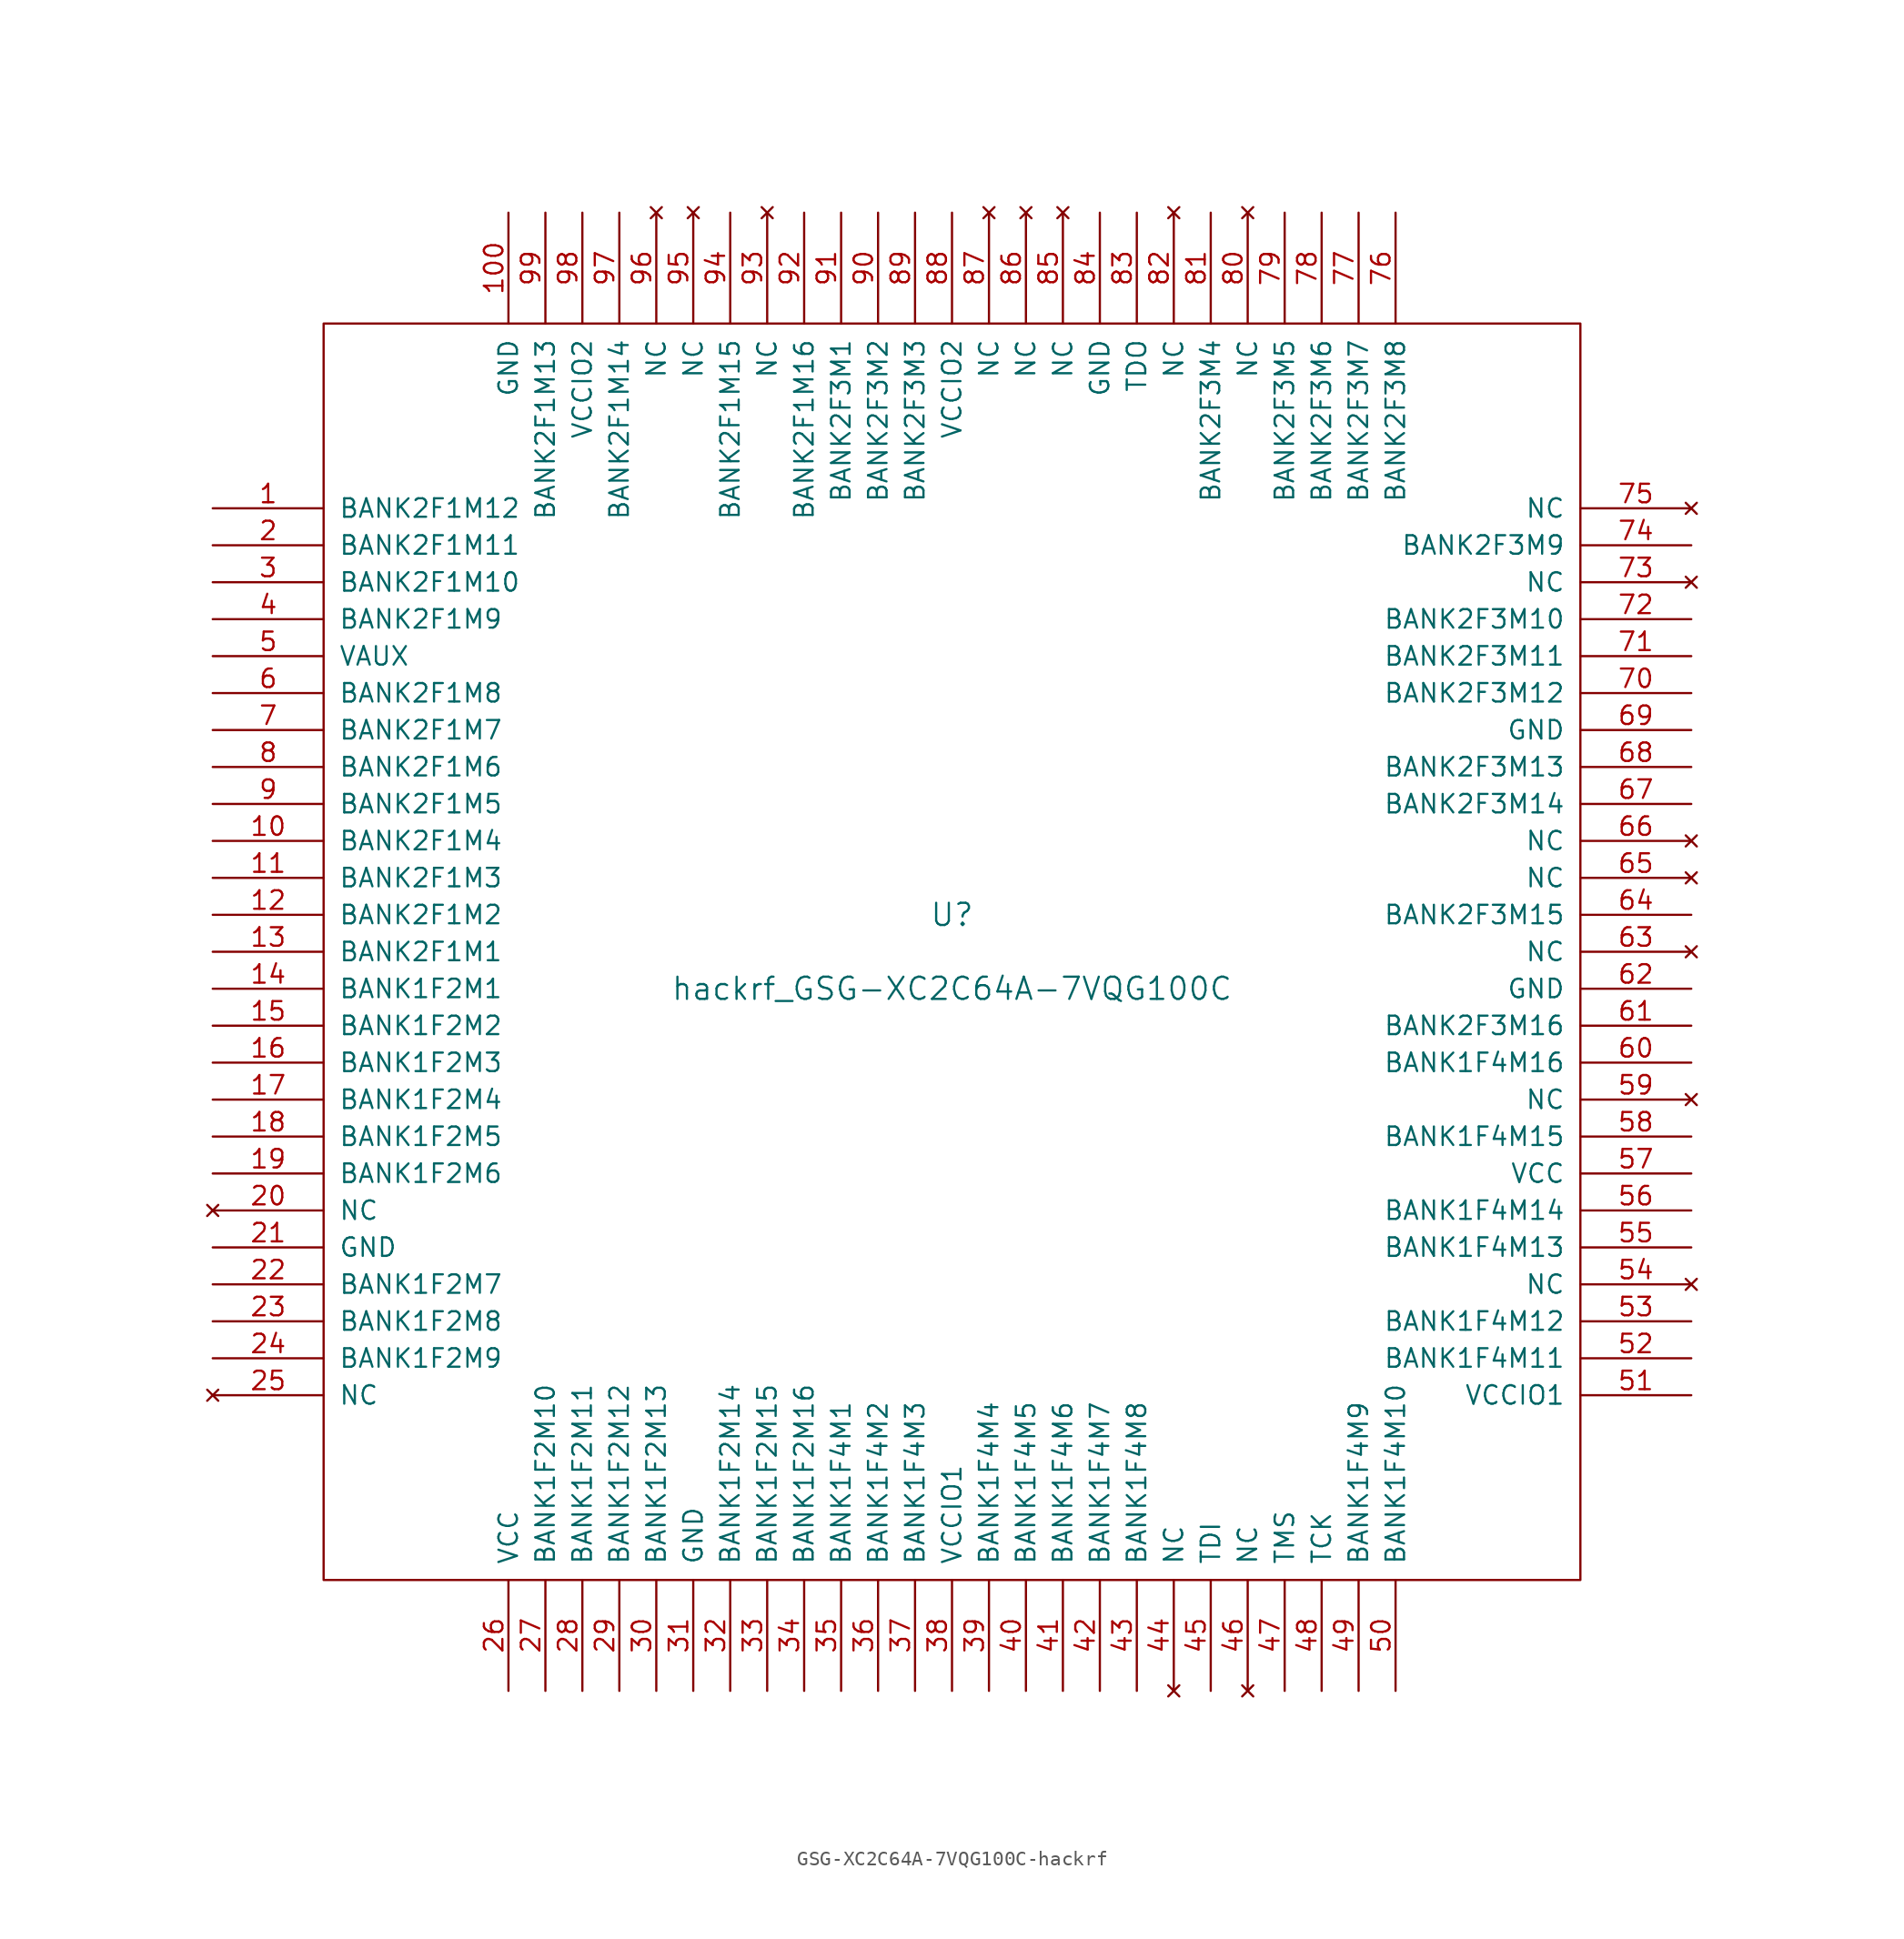
<source format=kicad_sym>
(kicad_symbol_lib
  (version 20231120)
  (generator "kicad_symbol_editor")
  (generator_version "8.0")
  (symbol "GSG-XC2C64A-7VQG100C-hackrf"
    (pin_names
      (offset 1.016))
    (property "Reference" "U"
      (at 0 2.54 0)
      (effects (font (size 1.524 1.524))))
    (property "Value" "hackrf_GSG-XC2C64A-7VQG100C"
      (at 0 -2.54 0)
      (effects (font (size 1.524 1.524))))
    (property "Footprint" ""
      (at 0 0 0)
      (effects (font (size 1.524 1.524))))
    (property "Datasheet" ""
      (at 0 0 0)
      (effects (font (size 1.524 1.524))))
    (symbol "GSG-XC2C64A-7VQG100C-hackrf_0_1"
      (rectangle (start -43.18 43.18) (end 43.18 -43.18) (stroke (width 0) (type solid)) (fill (type none))))
    (symbol "GSG-XC2C64A-7VQG100C-hackrf_1_1"
      (pin bidirectional line (at -50.8 30.48 0) (length 7.62) (name "BANK2F1M12" (effects (font (size 1.27 1.27)))) (number "1" (effects (font (size 1.27 1.27)))))
      (pin bidirectional line (at -50.8 7.62 0) (length 7.62) (name "BANK2F1M4" (effects (font (size 1.27 1.27)))) (number "10" (effects (font (size 1.27 1.27)))))
      (pin power_in line (at -30.48 50.8 270) (length 7.62) (name "GND" (effects (font (size 1.27 1.27)))) (number "100" (effects (font (size 1.27 1.27)))))
      (pin bidirectional line (at -50.8 5.08 0) (length 7.62) (name "BANK2F1M3" (effects (font (size 1.27 1.27)))) (number "11" (effects (font (size 1.27 1.27)))))
      (pin bidirectional line (at -50.8 2.54 0) (length 7.62) (name "BANK2F1M2" (effects (font (size 1.27 1.27)))) (number "12" (effects (font (size 1.27 1.27)))))
      (pin bidirectional line (at -50.8 0 0) (length 7.62) (name "BANK2F1M1" (effects (font (size 1.27 1.27)))) (number "13" (effects (font (size 1.27 1.27)))))
      (pin bidirectional line (at -50.8 -2.54 0) (length 7.62) (name "BANK1F2M1" (effects (font (size 1.27 1.27)))) (number "14" (effects (font (size 1.27 1.27)))))
      (pin bidirectional line (at -50.8 -5.08 0) (length 7.62) (name "BANK1F2M2" (effects (font (size 1.27 1.27)))) (number "15" (effects (font (size 1.27 1.27)))))
      (pin bidirectional line (at -50.8 -7.62 0) (length 7.62) (name "BANK1F2M3" (effects (font (size 1.27 1.27)))) (number "16" (effects (font (size 1.27 1.27)))))
      (pin bidirectional line (at -50.8 -10.16 0) (length 7.62) (name "BANK1F2M4" (effects (font (size 1.27 1.27)))) (number "17" (effects (font (size 1.27 1.27)))))
      (pin bidirectional line (at -50.8 -12.7 0) (length 7.62) (name "BANK1F2M5" (effects (font (size 1.27 1.27)))) (number "18" (effects (font (size 1.27 1.27)))))
      (pin bidirectional line (at -50.8 -15.24 0) (length 7.62) (name "BANK1F2M6" (effects (font (size 1.27 1.27)))) (number "19" (effects (font (size 1.27 1.27)))))
      (pin bidirectional line (at -50.8 27.94 0) (length 7.62) (name "BANK2F1M11" (effects (font (size 1.27 1.27)))) (number "2" (effects (font (size 1.27 1.27)))))
      (pin no_connect line (at -50.8 -17.78 0) (length 7.62) (name "NC" (effects (font (size 1.27 1.27)))) (number "20" (effects (font (size 1.27 1.27)))))
      (pin power_in line (at -50.8 -20.32 0) (length 7.62) (name "GND" (effects (font (size 1.27 1.27)))) (number "21" (effects (font (size 1.27 1.27)))))
      (pin bidirectional line (at -50.8 -22.86 0) (length 7.62) (name "BANK1F2M7" (effects (font (size 1.27 1.27)))) (number "22" (effects (font (size 1.27 1.27)))))
      (pin bidirectional line (at -50.8 -25.4 0) (length 7.62) (name "BANK1F2M8" (effects (font (size 1.27 1.27)))) (number "23" (effects (font (size 1.27 1.27)))))
      (pin bidirectional line (at -50.8 -27.94 0) (length 7.62) (name "BANK1F2M9" (effects (font (size 1.27 1.27)))) (number "24" (effects (font (size 1.27 1.27)))))
      (pin no_connect line (at -50.8 -30.48 0) (length 7.62) (name "NC" (effects (font (size 1.27 1.27)))) (number "25" (effects (font (size 1.27 1.27)))))
      (pin power_in line (at -30.48 -50.8 90) (length 7.62) (name "VCC" (effects (font (size 1.27 1.27)))) (number "26" (effects (font (size 1.27 1.27)))))
      (pin bidirectional line (at -27.94 -50.8 90) (length 7.62) (name "BANK1F2M10" (effects (font (size 1.27 1.27)))) (number "27" (effects (font (size 1.27 1.27)))))
      (pin bidirectional line (at -25.4 -50.8 90) (length 7.62) (name "BANK1F2M11" (effects (font (size 1.27 1.27)))) (number "28" (effects (font (size 1.27 1.27)))))
      (pin bidirectional line (at -22.86 -50.8 90) (length 7.62) (name "BANK1F2M12" (effects (font (size 1.27 1.27)))) (number "29" (effects (font (size 1.27 1.27)))))
      (pin bidirectional line (at -50.8 25.4 0) (length 7.62) (name "BANK2F1M10" (effects (font (size 1.27 1.27)))) (number "3" (effects (font (size 1.27 1.27)))))
      (pin bidirectional line (at -20.32 -50.8 90) (length 7.62) (name "BANK1F2M13" (effects (font (size 1.27 1.27)))) (number "30" (effects (font (size 1.27 1.27)))))
      (pin power_in line (at -17.78 -50.8 90) (length 7.62) (name "GND" (effects (font (size 1.27 1.27)))) (number "31" (effects (font (size 1.27 1.27)))))
      (pin bidirectional line (at -15.24 -50.8 90) (length 7.62) (name "BANK1F2M14" (effects (font (size 1.27 1.27)))) (number "32" (effects (font (size 1.27 1.27)))))
      (pin bidirectional line (at -12.7 -50.8 90) (length 7.62) (name "BANK1F2M15" (effects (font (size 1.27 1.27)))) (number "33" (effects (font (size 1.27 1.27)))))
      (pin bidirectional line (at -10.16 -50.8 90) (length 7.62) (name "BANK1F2M16" (effects (font (size 1.27 1.27)))) (number "34" (effects (font (size 1.27 1.27)))))
      (pin bidirectional line (at -7.62 -50.8 90) (length 7.62) (name "BANK1F4M1" (effects (font (size 1.27 1.27)))) (number "35" (effects (font (size 1.27 1.27)))))
      (pin bidirectional line (at -5.08 -50.8 90) (length 7.62) (name "BANK1F4M2" (effects (font (size 1.27 1.27)))) (number "36" (effects (font (size 1.27 1.27)))))
      (pin bidirectional line (at -2.54 -50.8 90) (length 7.62) (name "BANK1F4M3" (effects (font (size 1.27 1.27)))) (number "37" (effects (font (size 1.27 1.27)))))
      (pin power_in line (at 0 -50.8 90) (length 7.62) (name "VCCIO1" (effects (font (size 1.27 1.27)))) (number "38" (effects (font (size 1.27 1.27)))))
      (pin bidirectional line (at 2.54 -50.8 90) (length 7.62) (name "BANK1F4M4" (effects (font (size 1.27 1.27)))) (number "39" (effects (font (size 1.27 1.27)))))
      (pin bidirectional line (at -50.8 22.86 0) (length 7.62) (name "BANK2F1M9" (effects (font (size 1.27 1.27)))) (number "4" (effects (font (size 1.27 1.27)))))
      (pin bidirectional line (at 5.08 -50.8 90) (length 7.62) (name "BANK1F4M5" (effects (font (size 1.27 1.27)))) (number "40" (effects (font (size 1.27 1.27)))))
      (pin bidirectional line (at 7.62 -50.8 90) (length 7.62) (name "BANK1F4M6" (effects (font (size 1.27 1.27)))) (number "41" (effects (font (size 1.27 1.27)))))
      (pin bidirectional line (at 10.16 -50.8 90) (length 7.62) (name "BANK1F4M7" (effects (font (size 1.27 1.27)))) (number "42" (effects (font (size 1.27 1.27)))))
      (pin bidirectional line (at 12.7 -50.8 90) (length 7.62) (name "BANK1F4M8" (effects (font (size 1.27 1.27)))) (number "43" (effects (font (size 1.27 1.27)))))
      (pin no_connect line (at 15.24 -50.8 90) (length 7.62) (name "NC" (effects (font (size 1.27 1.27)))) (number "44" (effects (font (size 1.27 1.27)))))
      (pin input line (at 17.78 -50.8 90) (length 7.62) (name "TDI" (effects (font (size 1.27 1.27)))) (number "45" (effects (font (size 1.27 1.27)))))
      (pin no_connect line (at 20.32 -50.8 90) (length 7.62) (name "NC" (effects (font (size 1.27 1.27)))) (number "46" (effects (font (size 1.27 1.27)))))
      (pin input line (at 22.86 -50.8 90) (length 7.62) (name "TMS" (effects (font (size 1.27 1.27)))) (number "47" (effects (font (size 1.27 1.27)))))
      (pin input line (at 25.4 -50.8 90) (length 7.62) (name "TCK" (effects (font (size 1.27 1.27)))) (number "48" (effects (font (size 1.27 1.27)))))
      (pin bidirectional line (at 27.94 -50.8 90) (length 7.62) (name "BANK1F4M9" (effects (font (size 1.27 1.27)))) (number "49" (effects (font (size 1.27 1.27)))))
      (pin power_in line (at -50.8 20.32 0) (length 7.62) (name "VAUX" (effects (font (size 1.27 1.27)))) (number "5" (effects (font (size 1.27 1.27)))))
      (pin bidirectional line (at 30.48 -50.8 90) (length 7.62) (name "BANK1F4M10" (effects (font (size 1.27 1.27)))) (number "50" (effects (font (size 1.27 1.27)))))
      (pin power_in line (at 50.8 -30.48 180) (length 7.62) (name "VCCIO1" (effects (font (size 1.27 1.27)))) (number "51" (effects (font (size 1.27 1.27)))))
      (pin bidirectional line (at 50.8 -27.94 180) (length 7.62) (name "BANK1F4M11" (effects (font (size 1.27 1.27)))) (number "52" (effects (font (size 1.27 1.27)))))
      (pin bidirectional line (at 50.8 -25.4 180) (length 7.62) (name "BANK1F4M12" (effects (font (size 1.27 1.27)))) (number "53" (effects (font (size 1.27 1.27)))))
      (pin no_connect line (at 50.8 -22.86 180) (length 7.62) (name "NC" (effects (font (size 1.27 1.27)))) (number "54" (effects (font (size 1.27 1.27)))))
      (pin bidirectional line (at 50.8 -20.32 180) (length 7.62) (name "BANK1F4M13" (effects (font (size 1.27 1.27)))) (number "55" (effects (font (size 1.27 1.27)))))
      (pin bidirectional line (at 50.8 -17.78 180) (length 7.62) (name "BANK1F4M14" (effects (font (size 1.27 1.27)))) (number "56" (effects (font (size 1.27 1.27)))))
      (pin power_in line (at 50.8 -15.24 180) (length 7.62) (name "VCC" (effects (font (size 1.27 1.27)))) (number "57" (effects (font (size 1.27 1.27)))))
      (pin bidirectional line (at 50.8 -12.7 180) (length 7.62) (name "BANK1F4M15" (effects (font (size 1.27 1.27)))) (number "58" (effects (font (size 1.27 1.27)))))
      (pin no_connect line (at 50.8 -10.16 180) (length 7.62) (name "NC" (effects (font (size 1.27 1.27)))) (number "59" (effects (font (size 1.27 1.27)))))
      (pin bidirectional line (at -50.8 17.78 0) (length 7.62) (name "BANK2F1M8" (effects (font (size 1.27 1.27)))) (number "6" (effects (font (size 1.27 1.27)))))
      (pin bidirectional line (at 50.8 -7.62 180) (length 7.62) (name "BANK1F4M16" (effects (font (size 1.27 1.27)))) (number "60" (effects (font (size 1.27 1.27)))))
      (pin bidirectional line (at 50.8 -5.08 180) (length 7.62) (name "BANK2F3M16" (effects (font (size 1.27 1.27)))) (number "61" (effects (font (size 1.27 1.27)))))
      (pin power_in line (at 50.8 -2.54 180) (length 7.62) (name "GND" (effects (font (size 1.27 1.27)))) (number "62" (effects (font (size 1.27 1.27)))))
      (pin no_connect line (at 50.8 0 180) (length 7.62) (name "NC" (effects (font (size 1.27 1.27)))) (number "63" (effects (font (size 1.27 1.27)))))
      (pin bidirectional line (at 50.8 2.54 180) (length 7.62) (name "BANK2F3M15" (effects (font (size 1.27 1.27)))) (number "64" (effects (font (size 1.27 1.27)))))
      (pin no_connect line (at 50.8 5.08 180) (length 7.62) (name "NC" (effects (font (size 1.27 1.27)))) (number "65" (effects (font (size 1.27 1.27)))))
      (pin no_connect line (at 50.8 7.62 180) (length 7.62) (name "NC" (effects (font (size 1.27 1.27)))) (number "66" (effects (font (size 1.27 1.27)))))
      (pin bidirectional line (at 50.8 10.16 180) (length 7.62) (name "BANK2F3M14" (effects (font (size 1.27 1.27)))) (number "67" (effects (font (size 1.27 1.27)))))
      (pin bidirectional line (at 50.8 12.7 180) (length 7.62) (name "BANK2F3M13" (effects (font (size 1.27 1.27)))) (number "68" (effects (font (size 1.27 1.27)))))
      (pin power_in line (at 50.8 15.24 180) (length 7.62) (name "GND" (effects (font (size 1.27 1.27)))) (number "69" (effects (font (size 1.27 1.27)))))
      (pin bidirectional line (at -50.8 15.24 0) (length 7.62) (name "BANK2F1M7" (effects (font (size 1.27 1.27)))) (number "7" (effects (font (size 1.27 1.27)))))
      (pin bidirectional line (at 50.8 17.78 180) (length 7.62) (name "BANK2F3M12" (effects (font (size 1.27 1.27)))) (number "70" (effects (font (size 1.27 1.27)))))
      (pin bidirectional line (at 50.8 20.32 180) (length 7.62) (name "BANK2F3M11" (effects (font (size 1.27 1.27)))) (number "71" (effects (font (size 1.27 1.27)))))
      (pin bidirectional line (at 50.8 22.86 180) (length 7.62) (name "BANK2F3M10" (effects (font (size 1.27 1.27)))) (number "72" (effects (font (size 1.27 1.27)))))
      (pin no_connect line (at 50.8 25.4 180) (length 7.62) (name "NC" (effects (font (size 1.27 1.27)))) (number "73" (effects (font (size 1.27 1.27)))))
      (pin bidirectional line (at 50.8 27.94 180) (length 7.62) (name "BANK2F3M9" (effects (font (size 1.27 1.27)))) (number "74" (effects (font (size 1.27 1.27)))))
      (pin no_connect line (at 50.8 30.48 180) (length 7.62) (name "NC" (effects (font (size 1.27 1.27)))) (number "75" (effects (font (size 1.27 1.27)))))
      (pin bidirectional line (at 30.48 50.8 270) (length 7.62) (name "BANK2F3M8" (effects (font (size 1.27 1.27)))) (number "76" (effects (font (size 1.27 1.27)))))
      (pin bidirectional line (at 27.94 50.8 270) (length 7.62) (name "BANK2F3M7" (effects (font (size 1.27 1.27)))) (number "77" (effects (font (size 1.27 1.27)))))
      (pin bidirectional line (at 25.4 50.8 270) (length 7.62) (name "BANK2F3M6" (effects (font (size 1.27 1.27)))) (number "78" (effects (font (size 1.27 1.27)))))
      (pin bidirectional line (at 22.86 50.8 270) (length 7.62) (name "BANK2F3M5" (effects (font (size 1.27 1.27)))) (number "79" (effects (font (size 1.27 1.27)))))
      (pin bidirectional line (at -50.8 12.7 0) (length 7.62) (name "BANK2F1M6" (effects (font (size 1.27 1.27)))) (number "8" (effects (font (size 1.27 1.27)))))
      (pin no_connect line (at 20.32 50.8 270) (length 7.62) (name "NC" (effects (font (size 1.27 1.27)))) (number "80" (effects (font (size 1.27 1.27)))))
      (pin bidirectional line (at 17.78 50.8 270) (length 7.62) (name "BANK2F3M4" (effects (font (size 1.27 1.27)))) (number "81" (effects (font (size 1.27 1.27)))))
      (pin no_connect line (at 15.24 50.8 270) (length 7.62) (name "NC" (effects (font (size 1.27 1.27)))) (number "82" (effects (font (size 1.27 1.27)))))
      (pin output line (at 12.7 50.8 270) (length 7.62) (name "TDO" (effects (font (size 1.27 1.27)))) (number "83" (effects (font (size 1.27 1.27)))))
      (pin power_in line (at 10.16 50.8 270) (length 7.62) (name "GND" (effects (font (size 1.27 1.27)))) (number "84" (effects (font (size 1.27 1.27)))))
      (pin no_connect line (at 7.62 50.8 270) (length 7.62) (name "NC" (effects (font (size 1.27 1.27)))) (number "85" (effects (font (size 1.27 1.27)))))
      (pin no_connect line (at 5.08 50.8 270) (length 7.62) (name "NC" (effects (font (size 1.27 1.27)))) (number "86" (effects (font (size 1.27 1.27)))))
      (pin no_connect line (at 2.54 50.8 270) (length 7.62) (name "NC" (effects (font (size 1.27 1.27)))) (number "87" (effects (font (size 1.27 1.27)))))
      (pin power_in line (at 0 50.8 270) (length 7.62) (name "VCCIO2" (effects (font (size 1.27 1.27)))) (number "88" (effects (font (size 1.27 1.27)))))
      (pin bidirectional line (at -2.54 50.8 270) (length 7.62) (name "BANK2F3M3" (effects (font (size 1.27 1.27)))) (number "89" (effects (font (size 1.27 1.27)))))
      (pin bidirectional line (at -50.8 10.16 0) (length 7.62) (name "BANK2F1M5" (effects (font (size 1.27 1.27)))) (number "9" (effects (font (size 1.27 1.27)))))
      (pin bidirectional line (at -5.08 50.8 270) (length 7.62) (name "BANK2F3M2" (effects (font (size 1.27 1.27)))) (number "90" (effects (font (size 1.27 1.27)))))
      (pin bidirectional line (at -7.62 50.8 270) (length 7.62) (name "BANK2F3M1" (effects (font (size 1.27 1.27)))) (number "91" (effects (font (size 1.27 1.27)))))
      (pin bidirectional line (at -10.16 50.8 270) (length 7.62) (name "BANK2F1M16" (effects (font (size 1.27 1.27)))) (number "92" (effects (font (size 1.27 1.27)))))
      (pin no_connect line (at -12.7 50.8 270) (length 7.62) (name "NC" (effects (font (size 1.27 1.27)))) (number "93" (effects (font (size 1.27 1.27)))))
      (pin bidirectional line (at -15.24 50.8 270) (length 7.62) (name "BANK2F1M15" (effects (font (size 1.27 1.27)))) (number "94" (effects (font (size 1.27 1.27)))))
      (pin no_connect line (at -17.78 50.8 270) (length 7.62) (name "NC" (effects (font (size 1.27 1.27)))) (number "95" (effects (font (size 1.27 1.27)))))
      (pin no_connect line (at -20.32 50.8 270) (length 7.62) (name "NC" (effects (font (size 1.27 1.27)))) (number "96" (effects (font (size 1.27 1.27)))))
      (pin bidirectional line (at -22.86 50.8 270) (length 7.62) (name "BANK2F1M14" (effects (font (size 1.27 1.27)))) (number "97" (effects (font (size 1.27 1.27)))))
      (pin power_in line (at -25.4 50.8 270) (length 7.62) (name "VCCIO2" (effects (font (size 1.27 1.27)))) (number "98" (effects (font (size 1.27 1.27)))))
      (pin bidirectional line (at -27.94 50.8 270) (length 7.62) (name "BANK2F1M13" (effects (font (size 1.27 1.27)))) (number "99" (effects (font (size 1.27 1.27))))))))
</source>
